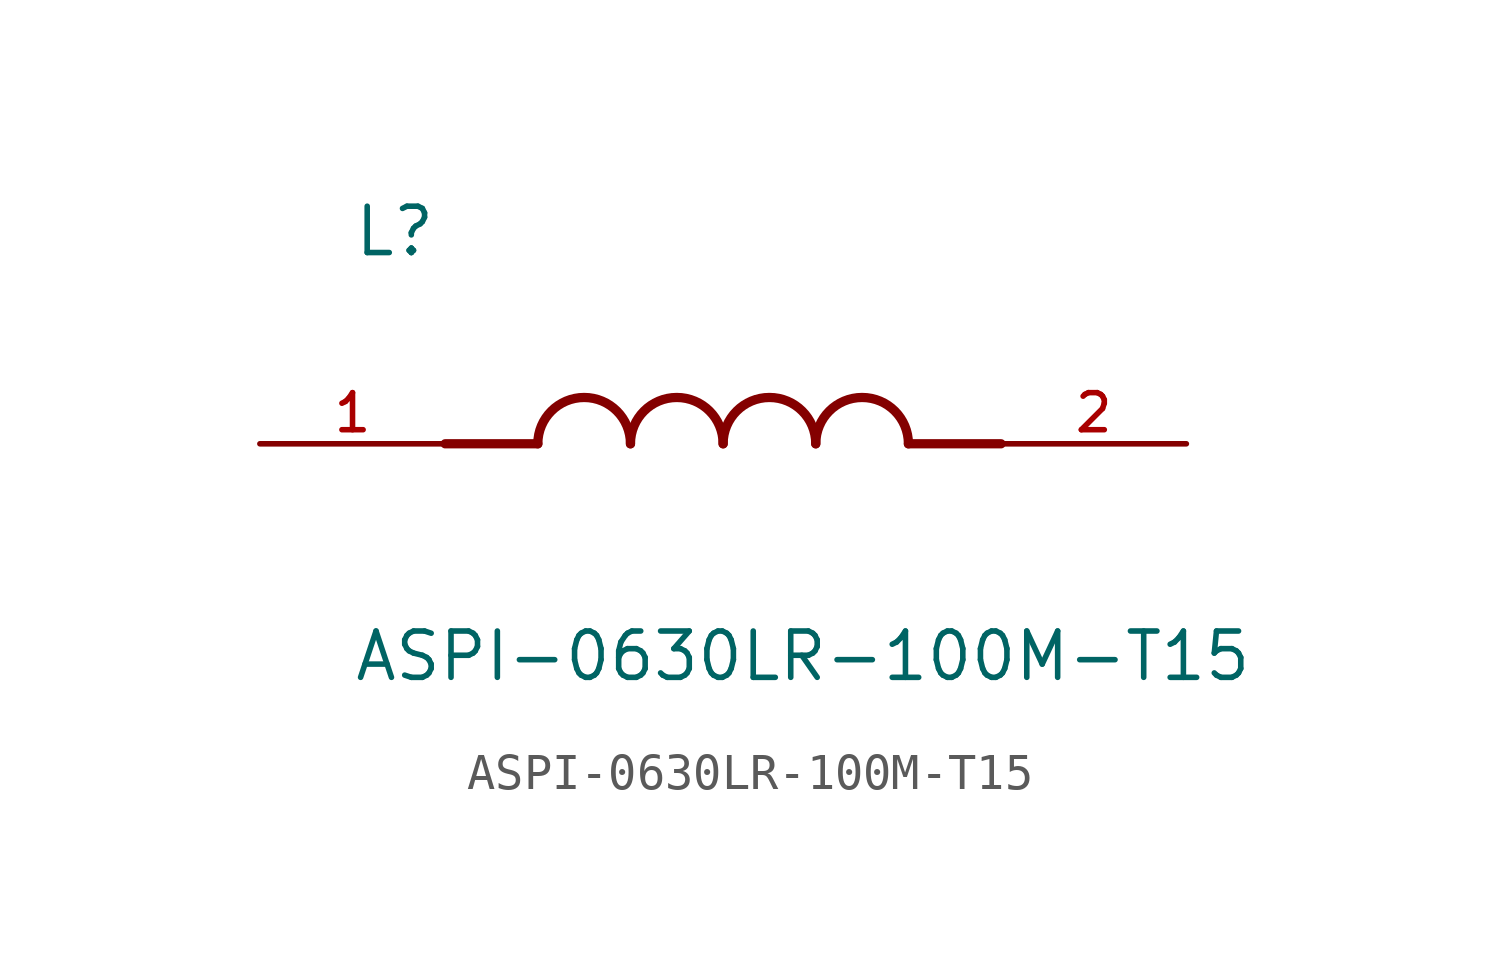
<source format=kicad_sym>
(kicad_symbol_lib
  (version 20211014)
  (generator kicad_symbol_editor)
  (symbol "ASPI-0630LR-100M-T15"
    (pin_names
      (offset 1.016))
    (property "Reference" "L"
      (at -10.16 5.08 0)
      (effects (font (size 1.27 1.27)) (justify bottom left)))
    (property "Value" "ASPI-0630LR-100M-T15"
      (at -10.16 -5.08 0)
      (effects (font (size 1.27 1.27)) (justify top left)))
    (symbol "ASPI-0630LR-100M-T15_0_0"
      (polyline (pts (xy -5.08 0.0) (xy -7.62 0.0)) (stroke (width 0.254)))
      (polyline (pts (xy 5.08 0.0) (xy 7.62 0.0)) (stroke (width 0.254)))
      (arc (start -2.54 0.0) (mid -3.81 1.27) (end -5.08 0.0) (stroke (width 0.254) (type default) (color 0 0 0 0)) (fill (type none)))
      (arc (start 0.0 0.0) (mid -1.27 1.27) (end -2.54 0.0) (stroke (width 0.254) (type default) (color 0 0 0 0)) (fill (type none)))
      (arc (start 2.54 0.0) (mid 1.27 1.27) (end 0.0 0.0) (stroke (width 0.254) (type default) (color 0 0 0 0)) (fill (type none)))
      (arc (start 5.08 0.0) (mid 3.81 1.27) (end 2.54 0.0) (stroke (width 0.254) (type default) (color 0 0 0 0)) (fill (type none)))
      (pin passive line (at -12.7 0.0 0) (length 5.08) (name "~" (effects (font (size 1.016 1.016)))) (number "1" (effects (font (size 1.016 1.016)))))
      (pin passive line (at 12.7 0.0 180.0) (length 5.08) (name "~" (effects (font (size 1.016 1.016)))) (number "2" (effects (font (size 1.016 1.016))))))))
</source>
